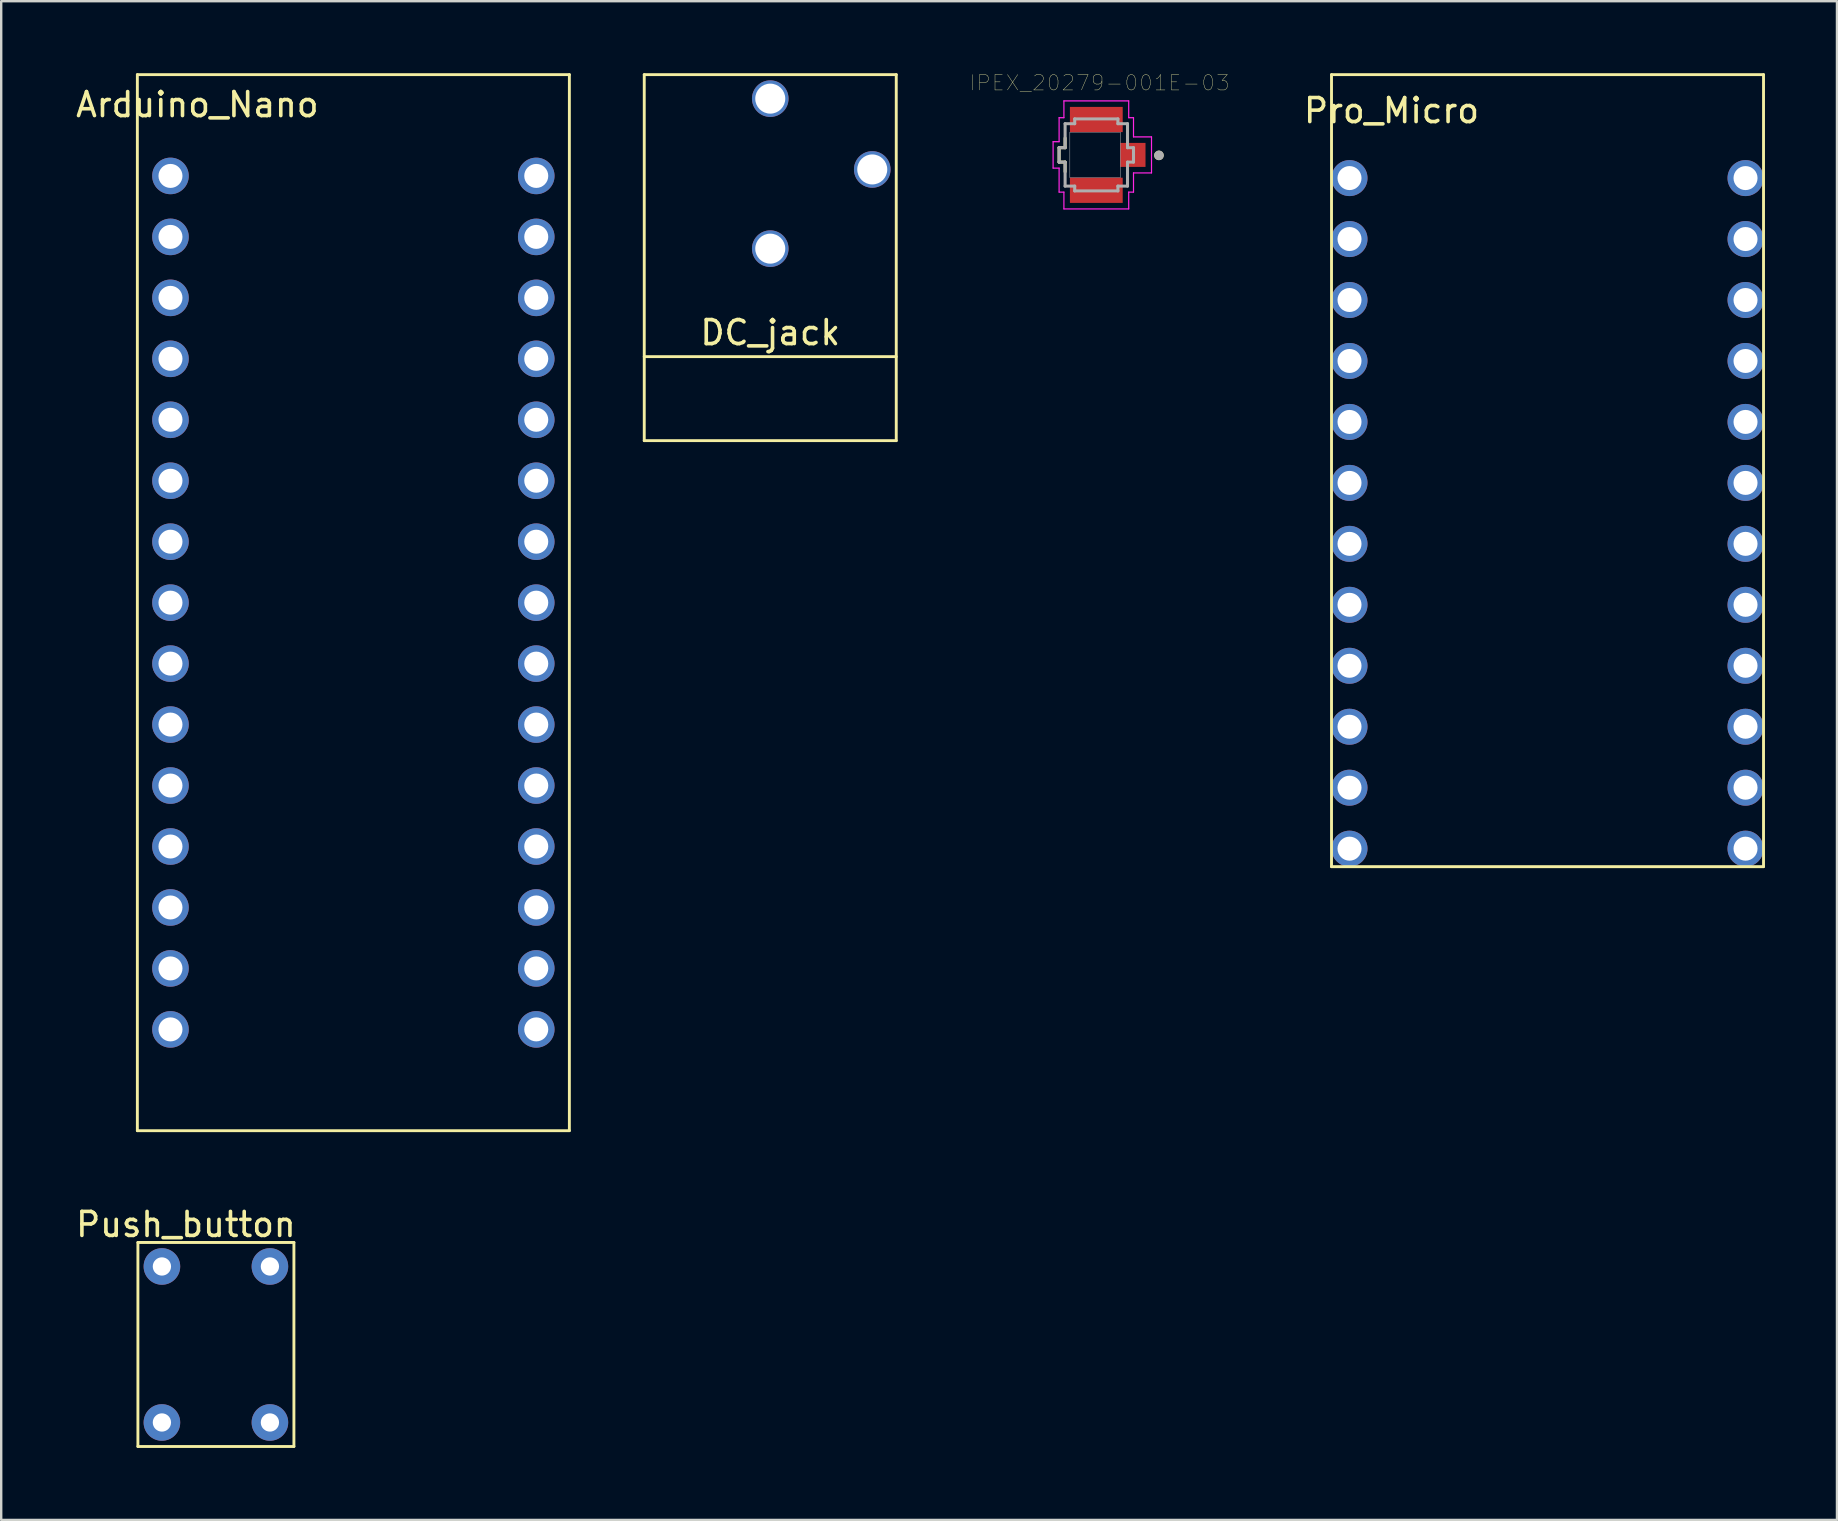
<source format=kicad_pcb>
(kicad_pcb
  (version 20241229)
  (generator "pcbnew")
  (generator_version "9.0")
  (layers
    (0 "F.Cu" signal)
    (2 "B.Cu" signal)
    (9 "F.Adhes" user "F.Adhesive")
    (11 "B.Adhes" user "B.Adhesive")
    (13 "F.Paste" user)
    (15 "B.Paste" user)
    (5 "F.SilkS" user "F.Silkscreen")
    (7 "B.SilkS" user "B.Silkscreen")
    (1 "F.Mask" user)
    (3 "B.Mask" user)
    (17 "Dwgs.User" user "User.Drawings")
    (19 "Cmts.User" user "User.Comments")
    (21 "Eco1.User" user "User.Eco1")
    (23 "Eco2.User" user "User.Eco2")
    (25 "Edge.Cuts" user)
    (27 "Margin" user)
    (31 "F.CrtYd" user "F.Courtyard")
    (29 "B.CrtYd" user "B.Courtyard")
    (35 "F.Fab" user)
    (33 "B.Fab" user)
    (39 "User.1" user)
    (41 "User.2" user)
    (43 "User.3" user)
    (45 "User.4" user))
  (footprint "IPEX_20279-001E-03"
    (layer "F.Cu")
    (at 42.628 3.404)
    (property "Reference" "IPEX_20279-001E-03" (at 0.129 -3.003 0) (layer "F.SilkS") (effects (font (size 0.641 0.641) (thickness 0.015))))
    (attr through_hole)
    (fp_line (start -1.55 -0.3) (end -1.55 0.3) (stroke (width 0.127) (type solid)) (layer "F.SilkS"))
    (fp_line (start -1.55 0.3) (end -1.3 0.3) (stroke (width 0.127) (type solid)) (layer "F.SilkS"))
    (fp_line (start -1.3 -0.7) (end -1.3 -0.3) (stroke (width 0.127) (type solid)) (layer "F.SilkS"))
    (fp_line (start -1.3 -0.3) (end -1.55 -0.3) (stroke (width 0.127) (type solid)) (layer "F.SilkS"))
    (fp_line (start -1.3 0.3) (end -1.3 0.7) (stroke (width 0.127) (type solid)) (layer "F.SilkS"))
    (fp_circle (center 2.61 0.02) (end 2.71 0.02) (stroke (width 0.2) (type solid)) (fill no) (layer "F.SilkS"))
    (fp_poly (pts (xy -1.1 -0.95) (xy 1 -0.95) (xy 1 0.95) (xy -1.1 0.95)) (stroke (width 0.01) (type solid)) (fill no) (layer "Dwgs.User"))
    (fp_poly (pts (xy -1.1 -0.95) (xy 1 -0.95) (xy 1 0.95) (xy -1.1 0.95)) (stroke (width 0.01) (type solid)) (fill no) (layer "Dwgs.User"))
    (fp_line (start -1.8 -0.55) (end -1.8 0.55) (stroke (width 0.05) (type solid)) (layer "F.CrtYd"))
    (fp_line (start -1.8 0.55) (end -1.55 0.55) (stroke (width 0.05) (type solid)) (layer "F.CrtYd"))
    (fp_line (start -1.55 -1.55) (end -1.55 -0.55) (stroke (width 0.05) (type solid)) (layer "F.CrtYd"))
    (fp_line (start -1.55 -0.55) (end -1.8 -0.55) (stroke (width 0.05) (type solid)) (layer "F.CrtYd"))
    (fp_line (start -1.55 1.55) (end -1.55 0.55) (stroke (width 0.05) (type solid)) (layer "F.CrtYd"))
    (fp_line (start -1.35 -1.55) (end -1.55 -1.55) (stroke (width 0.05) (type solid)) (layer "F.CrtYd"))
    (fp_line (start -1.35 -1.55) (end -1.35 -2.25) (stroke (width 0.05) (type solid)) (layer "F.CrtYd"))
    (fp_line (start -1.35 1.55) (end -1.55 1.55) (stroke (width 0.05) (type solid)) (layer "F.CrtYd"))
    (fp_line (start -1.35 2.25) (end -1.35 1.55) (stroke (width 0.05) (type solid)) (layer "F.CrtYd"))
    (fp_line (start 1.35 -2.25) (end -1.35 -2.25) (stroke (width 0.05) (type solid)) (layer "F.CrtYd"))
    (fp_line (start 1.35 -2.25) (end 1.35 -1.55) (stroke (width 0.05) (type solid)) (layer "F.CrtYd"))
    (fp_line (start 1.35 -1.55) (end 1.55 -1.55) (stroke (width 0.05) (type solid)) (layer "F.CrtYd"))
    (fp_line (start 1.35 1.55) (end 1.35 2.25) (stroke (width 0.05) (type solid)) (layer "F.CrtYd"))
    (fp_line (start 1.35 1.55) (end 1.55 1.55) (stroke (width 0.05) (type solid)) (layer "F.CrtYd"))
    (fp_line (start 1.35 2.25) (end -1.35 2.25) (stroke (width 0.05) (type solid)) (layer "F.CrtYd"))
    (fp_line (start 1.55 -1.55) (end 1.55 -0.75) (stroke (width 0.05) (type solid)) (layer "F.CrtYd"))
    (fp_line (start 1.55 0.75) (end 2.3 0.75) (stroke (width 0.05) (type solid)) (layer "F.CrtYd"))
    (fp_line (start 1.55 1.55) (end 1.55 0.75) (stroke (width 0.05) (type solid)) (layer "F.CrtYd"))
    (fp_line (start 2.3 -0.75) (end 1.55 -0.75) (stroke (width 0.05) (type solid)) (layer "F.CrtYd"))
    (fp_line (start 2.3 0.75) (end 2.3 -0.75) (stroke (width 0.05) (type solid)) (layer "F.CrtYd"))
    (fp_line (start -1.55 -0.3) (end -1.55 0.3) (stroke (width 0.127) (type solid)) (layer "F.Fab"))
    (fp_line (start -1.55 0.3) (end -1.3 0.3) (stroke (width 0.127) (type solid)) (layer "F.Fab"))
    (fp_line (start -1.3 -1.3) (end -1.3 -0.3) (stroke (width 0.127) (type solid)) (layer "F.Fab"))
    (fp_line (start -1.3 -0.3) (end -1.55 -0.3) (stroke (width 0.127) (type solid)) (layer "F.Fab"))
    (fp_line (start -1.3 0.3) (end -1.3 1.3) (stroke (width 0.127) (type solid)) (layer "F.Fab"))
    (fp_line (start -1.3 1.3) (end -0.9 1.3) (stroke (width 0.127) (type solid)) (layer "F.Fab"))
    (fp_line (start -0.9 -1.5) (end -0.9 -1.3) (stroke (width 0.127) (type solid)) (layer "F.Fab"))
    (fp_line (start -0.9 -1.3) (end -1.3 -1.3) (stroke (width 0.127) (type solid)) (layer "F.Fab"))
    (fp_line (start -0.9 1.3) (end -0.9 1.5) (stroke (width 0.127) (type solid)) (layer "F.Fab"))
    (fp_line (start -0.9 1.5) (end 0.9 1.5) (stroke (width 0.127) (type solid)) (layer "F.Fab"))
    (fp_line (start 0.9 -1.5) (end -0.9 -1.5) (stroke (width 0.127) (type solid)) (layer "F.Fab"))
    (fp_line (start 0.9 -1.3) (end 0.9 -1.5) (stroke (width 0.127) (type solid)) (layer "F.Fab"))
    (fp_line (start 0.9 1.3) (end 1.3 1.3) (stroke (width 0.127) (type solid)) (layer "F.Fab"))
    (fp_line (start 0.9 1.5) (end 0.9 1.3) (stroke (width 0.127) (type solid)) (layer "F.Fab"))
    (fp_line (start 1.3 -1.3) (end 0.9 -1.3) (stroke (width 0.127) (type solid)) (layer "F.Fab"))
    (fp_line (start 1.3 -0.3) (end 1.3 -1.3) (stroke (width 0.127) (type solid)) (layer "F.Fab"))
    (fp_line (start 1.3 0.3) (end 1.55 0.3) (stroke (width 0.127) (type solid)) (layer "F.Fab"))
    (fp_line (start 1.3 1.3) (end 1.3 0.3) (stroke (width 0.127) (type solid)) (layer "F.Fab"))
    (fp_line (start 1.55 -0.3) (end 1.3 -0.3) (stroke (width 0.127) (type solid)) (layer "F.Fab"))
    (fp_line (start 1.55 0.3) (end 1.55 -0.3) (stroke (width 0.127) (type solid)) (layer "F.Fab"))
    (fp_circle (center 2.61 0.02) (end 2.71 0.02) (stroke (width 0.2) (type solid)) (fill no) (layer "F.Fab"))
    (pad "1" smd rect (at 1.525 0) (size 1.05 1) (layers "F.Cu" "F.Mask" "F.Paste"))
    (pad "2" smd rect (at 0 -1.475) (size 2.2 1.05) (layers "F.Cu" "F.Mask" "F.Paste"))
    (pad "3" smd rect (at 0 1.475) (size 2.2 1.05) (layers "F.Cu" "F.Mask" "F.Paste")))
  (footprint "Push_button"
    (layer "F.Cu")
    (at 5.946 52.968)
    (property "Reference" "Push_button" (at -1.25 -5 0) (layer "F.SilkS") (effects (font (size 1 1) (thickness 0.15))))
    (attr through_hole)
    (fp_line (start -3.25 -4.25) (end 3.25 -4.25) (stroke (width 0.12) (type solid)) (layer "F.SilkS"))
    (fp_line (start -3.25 4.25) (end -3.25 -4.25) (stroke (width 0.12) (type solid)) (layer "F.SilkS"))
    (fp_line (start 3.25 -4.25) (end 3.25 4.25) (stroke (width 0.12) (type solid)) (layer "F.SilkS"))
    (fp_line (start 3.25 4.25) (end -3.25 4.25) (stroke (width 0.12) (type solid)) (layer "F.SilkS"))
    (pad "1" thru_hole circle (at -2.25 -3.25) (size 1.524 1.524) (drill 0.762) (layers "*.Cu" "*.Mask"))
    (pad "2" thru_hole circle (at 2.25 -3.25) (size 1.524 1.524) (drill 0.762) (layers "*.Cu" "*.Mask"))
    (pad "3" thru_hole circle (at -2.25 3.25) (size 1.524 1.524) (drill 0.762) (layers "*.Cu" "*.Mask"))
    (pad "4" thru_hole circle (at 2.25 3.25) (size 1.524 1.524) (drill 0.762) (layers "*.Cu" "*.Mask")))
  (footprint "DC_jack"
    (layer "F.Cu")
    (at 29.043 7.31)
    (property "Reference" "DC_jack" (at 0 3.5 0) (layer "F.SilkS") (effects (font (size 1 1) (thickness 0.15))))
    (attr through_hole)
    (fp_line (start -5.25 -7.25) (end -5.25 8) (stroke (width 0.12) (type solid)) (layer "F.SilkS"))
    (fp_line (start -5.25 4.5) (end 5.25 4.5) (stroke (width 0.12) (type solid)) (layer "F.SilkS"))
    (fp_line (start -5.25 8) (end 5.25 8) (stroke (width 0.12) (type solid)) (layer "F.SilkS"))
    (fp_line (start 5.25 -7.25) (end -5.25 -7.25) (stroke (width 0.12) (type solid)) (layer "F.SilkS"))
    (fp_line (start 5.25 -7.25) (end 5.25 8) (stroke (width 0.12) (type solid)) (layer "F.SilkS"))
    (pad "1" thru_hole circle (at 0 -6.25) (size 1.524 1.524) (drill 1.25) (layers "*.Cu" "*.Mask"))
    (pad "2" thru_hole circle (at 0 0) (size 1.524 1.524) (drill 1.25) (layers "*.Cu" "*.Mask"))
    (pad "3" thru_hole circle (at 4.25 -3.3) (size 1.524 1.524) (drill 1.25) (layers "*.Cu" "*.Mask")))
  (footprint "Arduino_Nano"
    (layer "F.Cu")
    (at 11.673 22.06)
    (property "Reference" "Arduino_Nano" (at -6.5 -20.75 0) (layer "F.SilkS") (effects (font (size 1 1) (thickness 0.15))))
    (attr through_hole)
    (fp_line (start -9 -22) (end -9 22) (stroke (width 0.12) (type solid)) (layer "F.SilkS"))
    (fp_line (start -9 -22) (end 9 -22) (stroke (width 0.12) (type solid)) (layer "F.SilkS"))
    (fp_line (start 9 -22) (end 9 22) (stroke (width 0.12) (type solid)) (layer "F.SilkS"))
    (fp_line (start 9 22) (end -9 22) (stroke (width 0.12) (type solid)) (layer "F.SilkS"))
    (pad "0" thru_hole circle (at -7.62 -15.24) (size 1.524 1.524) (drill 1) (layers "*.Cu" "*.Mask"))
    (pad "1" thru_hole circle (at -7.62 -17.78) (size 1.524 1.524) (drill 1) (layers "*.Cu" "*.Mask"))
    (pad "2" thru_hole circle (at -7.62 -7.62) (size 1.524 1.524) (drill 1) (layers "*.Cu" "*.Mask"))
    (pad "3" thru_hole circle (at -7.62 -5.08) (size 1.524 1.524) (drill 1) (layers "*.Cu" "*.Mask"))
    (pad "3V3" thru_hole circle (at 7.62 15.24) (size 1.524 1.524) (drill 1) (layers "*.Cu" "*.Mask"))
    (pad "4" thru_hole circle (at -7.62 -2.54) (size 1.524 1.524) (drill 1) (layers "*.Cu" "*.Mask"))
    (pad "5" thru_hole circle (at -7.62 0) (size 1.524 1.524) (drill 1) (layers "*.Cu" "*.Mask"))
    (pad "5V" thru_hole circle (at 7.62 -10.16) (size 1.524 1.524) (drill 1) (layers "*.Cu" "*.Mask"))
    (pad "6" thru_hole circle (at -7.62 2.54) (size 1.524 1.524) (drill 1) (layers "*.Cu" "*.Mask"))
    (pad "7" thru_hole circle (at -7.62 5.08) (size 1.524 1.524) (drill 1) (layers "*.Cu" "*.Mask"))
    (pad "8" thru_hole circle (at -7.62 7.62) (size 1.524 1.524) (drill 1) (layers "*.Cu" "*.Mask"))
    (pad "9" thru_hole circle (at -7.62 10.16) (size 1.524 1.524) (drill 1) (layers "*.Cu" "*.Mask"))
    (pad "10" thru_hole circle (at -7.62 12.7) (size 1.524 1.524) (drill 1) (layers "*.Cu" "*.Mask"))
    (pad "11" thru_hole circle (at -7.62 15.24) (size 1.524 1.524) (drill 1) (layers "*.Cu" "*.Mask"))
    (pad "12" thru_hole circle (at -7.62 17.78) (size 1.524 1.524) (drill 1) (layers "*.Cu" "*.Mask"))
    (pad "13" thru_hole circle (at 7.62 17.78) (size 1.524 1.524) (drill 1) (layers "*.Cu" "*.Mask"))
    (pad "14" thru_hole circle (at 7.62 10.16) (size 1.524 1.524) (drill 1) (layers "*.Cu" "*.Mask"))
    (pad "15" thru_hole circle (at 7.62 7.62) (size 1.524 1.524) (drill 1) (layers "*.Cu" "*.Mask"))
    (pad "16" thru_hole circle (at 7.62 5.08) (size 1.524 1.524) (drill 1) (layers "*.Cu" "*.Mask"))
    (pad "17" thru_hole circle (at 7.62 2.54) (size 1.524 1.524) (drill 1) (layers "*.Cu" "*.Mask"))
    (pad "18" thru_hole circle (at 7.62 0) (size 1.524 1.524) (drill 1) (layers "*.Cu" "*.Mask"))
    (pad "19" thru_hole circle (at 7.62 -2.54) (size 1.524 1.524) (drill 1) (layers "*.Cu" "*.Mask"))
    (pad "A6" thru_hole circle (at 7.62 -5.08) (size 1.524 1.524) (drill 1) (layers "*.Cu" "*.Mask"))
    (pad "A7" thru_hole circle (at 7.62 -7.62) (size 1.524 1.524) (drill 1) (layers "*.Cu" "*.Mask"))
    (pad "AREF" thru_hole circle (at 7.62 12.7) (size 1.524 1.524) (drill 1) (layers "*.Cu" "*.Mask"))
    (pad "GND" thru_hole circle (at -7.62 -10.16) (size 1.524 1.524) (drill 1) (layers "*.Cu" "*.Mask"))
    (pad "GND" thru_hole circle (at 7.62 -15.24) (size 1.524 1.524) (drill 1) (layers "*.Cu" "*.Mask"))
    (pad "RST" thru_hole circle (at -7.62 -12.7) (size 1.524 1.524) (drill 1) (layers "*.Cu" "*.Mask"))
    (pad "RST" thru_hole circle (at 7.62 -12.7) (size 1.524 1.524) (drill 1) (layers "*.Cu" "*.Mask"))
    (pad "VIN" thru_hole circle (at 7.62 -17.78) (size 1.524 1.524) (drill 1) (layers "*.Cu" "*.Mask")))
  (footprint "Pro_Micro"
    (layer "F.Cu")
    (at 61.428 16.56)
    (property "Reference" "Pro_Micro" (at -6.5 -15 0) (layer "F.SilkS") (effects (font (size 1 1) (thickness 0.15))))
    (attr through_hole)
    (fp_line (start -9 16.5) (end -9 -16.5) (stroke (width 0.12) (type solid)) (layer "F.SilkS"))
    (fp_line (start -9 16.5) (end 9 16.5) (stroke (width 0.12) (type solid)) (layer "F.SilkS"))
    (fp_line (start 9 -16.5) (end -9 -16.5) (stroke (width 0.12) (type solid)) (layer "F.SilkS"))
    (fp_line (start 9 16.5) (end 9 -16.5) (stroke (width 0.12) (type solid)) (layer "F.SilkS"))
    (pad "0" thru_hole circle (at -8.25 -9.65) (size 1.5 1.5) (drill 1) (layers "*.Cu" "*.Mask"))
    (pad "1" thru_hole circle (at -8.25 -12.19) (size 1.5 1.5) (drill 1) (layers "*.Cu" "*.Mask"))
    (pad "2" thru_hole circle (at -8.25 -2.03) (size 1.5 1.5) (drill 1) (layers "*.Cu" "*.Mask"))
    (pad "3" thru_hole circle (at -8.25 0.51) (size 1.5 1.5) (drill 1) (layers "*.Cu" "*.Mask"))
    (pad "4" thru_hole circle (at -8.25 3.05) (size 1.5 1.5) (drill 1) (layers "*.Cu" "*.Mask"))
    (pad "5" thru_hole circle (at -8.25 5.59) (size 1.5 1.5) (drill 1) (layers "*.Cu" "*.Mask"))
    (pad "6" thru_hole circle (at -8.25 8.13) (size 1.5 1.5) (drill 1) (layers "*.Cu" "*.Mask"))
    (pad "7" thru_hole circle (at -8.25 10.67) (size 1.5 1.5) (drill 1) (layers "*.Cu" "*.Mask"))
    (pad "8" thru_hole circle (at -8.25 13.21) (size 1.5 1.5) (drill 1) (layers "*.Cu" "*.Mask"))
    (pad "9" thru_hole circle (at -8.25 15.75) (size 1.5 1.5) (drill 1) (layers "*.Cu" "*.Mask"))
    (pad "10" thru_hole circle (at 8.25 15.75) (size 1.5 1.5) (drill 1) (layers "*.Cu" "*.Mask"))
    (pad "14" thru_hole circle (at 8.25 10.67) (size 1.5 1.5) (drill 1) (layers "*.Cu" "*.Mask"))
    (pad "15" thru_hole circle (at 8.25 8.13) (size 1.5 1.5) (drill 1) (layers "*.Cu" "*.Mask"))
    (pad "16" thru_hole circle (at 8.25 13.21) (size 1.5 1.5) (drill 1) (layers "*.Cu" "*.Mask"))
    (pad "18" thru_hole circle (at 8.25 5.59) (size 1.5 1.5) (drill 1) (layers "*.Cu" "*.Mask"))
    (pad "19" thru_hole circle (at 8.25 3.05) (size 1.5 1.5) (drill 1) (layers "*.Cu" "*.Mask"))
    (pad "20" thru_hole circle (at 8.25 0.51) (size 1.5 1.5) (drill 1) (layers "*.Cu" "*.Mask"))
    (pad "21" thru_hole circle (at 8.25 -2.03) (size 1.5 1.5) (drill 1) (layers "*.Cu" "*.Mask"))
    (pad "GND" thru_hole circle (at -8.25 -7.11) (size 1.5 1.5) (drill 1) (layers "*.Cu" "*.Mask"))
    (pad "GND" thru_hole circle (at -8.25 -4.57) (size 1.5 1.5) (drill 1) (layers "*.Cu" "*.Mask"))
    (pad "GND" thru_hole circle (at 8.25 -9.65) (size 1.5 1.5) (drill 1) (layers "*.Cu" "*.Mask"))
    (pad "RAW" thru_hole circle (at 8.25 -12.19) (size 1.5 1.5) (drill 1) (layers "*.Cu" "*.Mask"))
    (pad "RST" thru_hole circle (at 8.25 -7.11) (size 1.5 1.5) (drill 1) (layers "*.Cu" "*.Mask"))
    (pad "VCC" thru_hole circle (at 8.25 -4.57) (size 1.5 1.5) (drill 1) (layers "*.Cu" "*.Mask")))
  (gr_rect
    (start -3 -3)
    (end 73.488 60.278)
    (stroke (width 0.1) (type default))
    (fill no)
    (layer "Edge.Cuts")))
</source>
